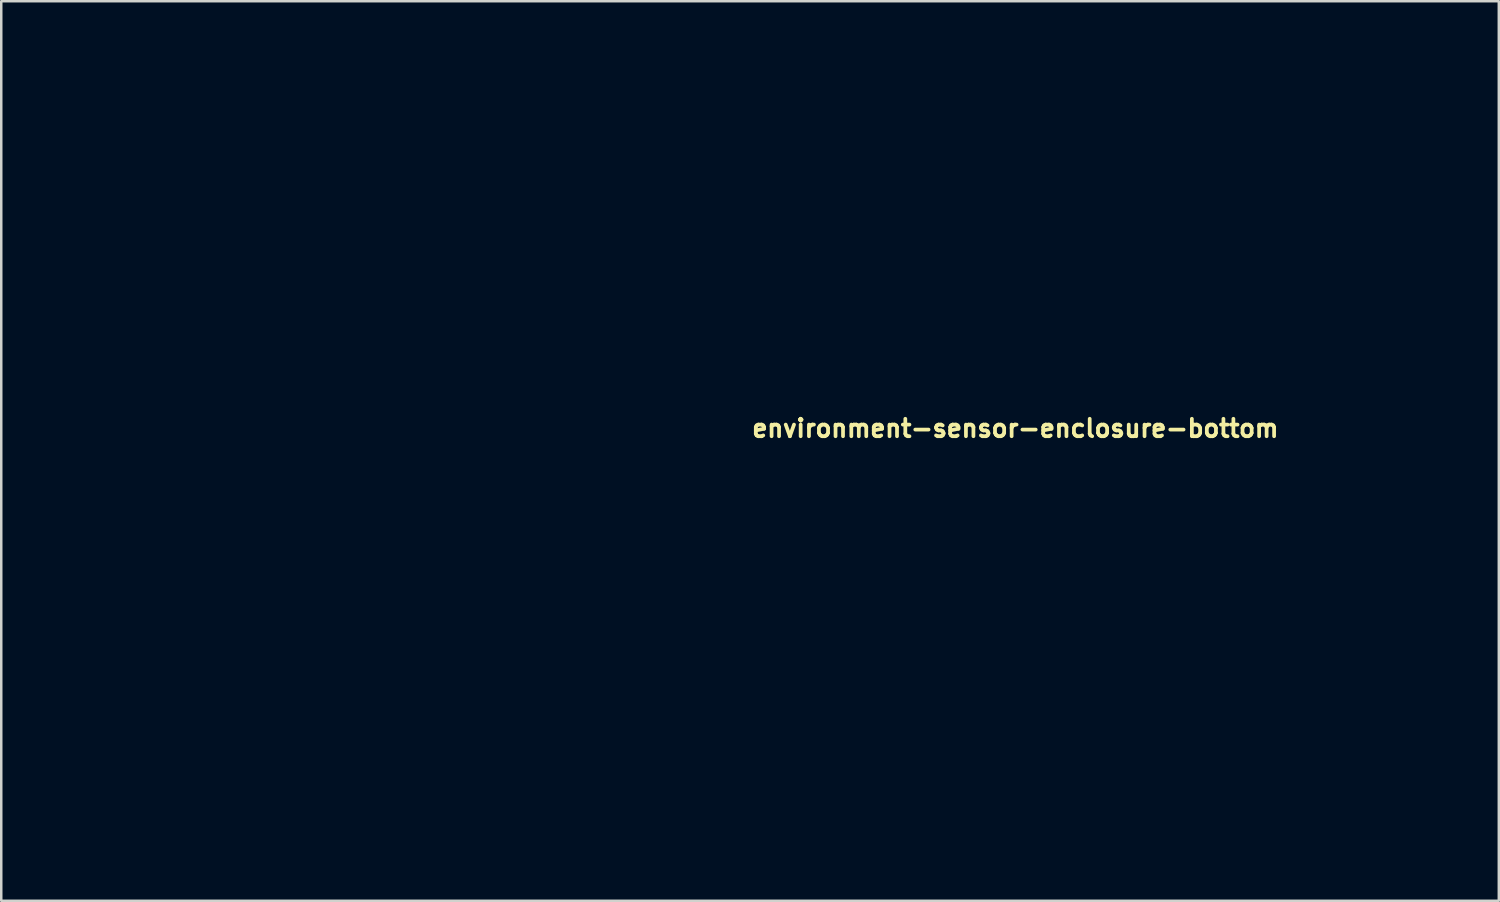
<source format=kicad_pcb>
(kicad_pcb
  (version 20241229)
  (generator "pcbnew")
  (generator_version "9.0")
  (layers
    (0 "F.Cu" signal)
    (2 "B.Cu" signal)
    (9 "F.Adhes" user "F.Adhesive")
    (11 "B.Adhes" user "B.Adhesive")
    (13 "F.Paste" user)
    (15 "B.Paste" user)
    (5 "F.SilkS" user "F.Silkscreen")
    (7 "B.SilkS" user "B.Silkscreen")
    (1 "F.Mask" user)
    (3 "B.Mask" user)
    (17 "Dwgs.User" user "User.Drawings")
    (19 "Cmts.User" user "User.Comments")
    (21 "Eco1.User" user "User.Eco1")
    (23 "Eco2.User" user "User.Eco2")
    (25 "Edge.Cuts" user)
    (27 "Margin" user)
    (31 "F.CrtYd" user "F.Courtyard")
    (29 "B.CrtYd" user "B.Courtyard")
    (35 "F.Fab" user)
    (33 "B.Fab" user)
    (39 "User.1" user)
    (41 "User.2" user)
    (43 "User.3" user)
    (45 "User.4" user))
  (footprint "environment-sensor-enclosure-bottom"
    (layer "F.Cu")
    (at 27.05 15.05)
    (property "Reference" "environment-sensor-enclosure-bottom" (at 0 -0.5 0) (unlocked yes) (layer "F.SilkS") (effects (font (size 0.7 0.7) (thickness 0.15)) (justify left bottom)))
    (attr smd)
    (fp_rect (start -27 -15) (end 27 15) (stroke (width 0.1) (type solid)) (fill no) (layer "User.5"))
    (fp_line (start -27 13) (end -27 -13) (stroke (width 0.02) (type solid)) (layer "User.9"))
    (fp_line (start -26.996 13.126) (end -27 13) (stroke (width 0.02) (type solid)) (layer "User.9"))
    (fp_line (start -26.5 -12.5) (end -26.5 12.5) (stroke (width 0.02) (type solid)) (layer "User.9"))
    (fp_line (start -26 -10) (end -25.3 -10) (stroke (width 0.02) (type solid)) (layer "User.9"))
    (fp_line (start -26 10) (end -26 -10) (stroke (width 0.02) (type solid)) (layer "User.9"))
    (fp_line (start -25.3 -13.5) (end -22 -13.5) (stroke (width 0.02) (type solid)) (layer "User.9"))
    (fp_line (start -25.3 -10) (end -25.3 -13.5) (stroke (width 0.02) (type solid)) (layer "User.9"))
    (fp_line (start -25.3 10) (end -26 10) (stroke (width 0.02) (type solid)) (layer "User.9"))
    (fp_line (start -25.3 13.5) (end -25.3 10) (stroke (width 0.02) (type solid)) (layer "User.9"))
    (fp_line (start -25 -15) (end 25 -15) (stroke (width 0.02) (type solid)) (layer "User.9"))
    (fp_line (start -24.5 14.5) (end 24.5 14.5) (stroke (width 0.02) (type solid)) (layer "User.9"))
    (fp_line (start -22 -14) (end 22 -14) (stroke (width 0.02) (type solid)) (layer "User.9"))
    (fp_line (start -22 -13.5) (end -22 -14) (stroke (width 0.02) (type solid)) (layer "User.9"))
    (fp_line (start -22 13.5) (end -25.3 13.5) (stroke (width 0.02) (type solid)) (layer "User.9"))
    (fp_line (start -22 14) (end -22 13.5) (stroke (width 0.02) (type solid)) (layer "User.9"))
    (fp_line (start 15.45 -12.3) (end 15.45 -6.15) (stroke (width 0.02) (type solid)) (layer "User.9"))
    (fp_line (start 15.95 -5.65) (end 18.45 -5.65) (stroke (width 0.02) (type solid)) (layer "User.9"))
    (fp_line (start 18.45 -12.8) (end 15.95 -12.8) (stroke (width 0.02) (type solid)) (layer "User.9"))
    (fp_line (start 18.95 -6.15) (end 18.95 -12.3) (stroke (width 0.02) (type solid)) (layer "User.9"))
    (fp_line (start 22 -14) (end 22 -13.5) (stroke (width 0.02) (type solid)) (layer "User.9"))
    (fp_line (start 22 -13.5) (end 25.3 -13.5) (stroke (width 0.02) (type solid)) (layer "User.9"))
    (fp_line (start 22 13.5) (end 22 14) (stroke (width 0.02) (type solid)) (layer "User.9"))
    (fp_line (start 22 14) (end -22 14) (stroke (width 0.02) (type solid)) (layer "User.9"))
    (fp_line (start 24.5 -14.5) (end -24.5 -14.5) (stroke (width 0.02) (type solid)) (layer "User.9"))
    (fp_line (start 25 15) (end -25.063 14.998) (stroke (width 0.02) (type solid)) (layer "User.9"))
    (fp_line (start 25.3 -13.5) (end 25.3 -10) (stroke (width 0.02) (type solid)) (layer "User.9"))
    (fp_line (start 25.3 -10) (end 26 -10) (stroke (width 0.02) (type solid)) (layer "User.9"))
    (fp_line (start 25.3 10) (end 25.3 13.5) (stroke (width 0.02) (type solid)) (layer "User.9"))
    (fp_line (start 25.3 13.5) (end 22 13.5) (stroke (width 0.02) (type solid)) (layer "User.9"))
    (fp_line (start 26 -10) (end 26 10) (stroke (width 0.02) (type solid)) (layer "User.9"))
    (fp_line (start 26 10) (end 25.3 10) (stroke (width 0.02) (type solid)) (layer "User.9"))
    (fp_line (start 26.5 12.5) (end 26.5 -12.5) (stroke (width 0.02) (type solid)) (layer "User.9"))
    (fp_line (start 27 -13) (end 27 13) (stroke (width 0.02) (type solid)) (layer "User.9"))
    (fp_arc (start -27 -13) (mid -26.414214 -14.414214) (end -25 -15) (stroke (width 0.02) (type default)) (layer "User.9"))
    (fp_arc (start -26.5 -12.5) (mid -25.914214 -13.914214) (end -24.5 -14.5) (stroke (width 0.02) (type default)) (layer "User.9"))
    (fp_arc (start -25.063 14.998) (mid -26.431252 14.431252) (end -26.998 13.063) (stroke (width 0.02) (type default)) (layer "User.9"))
    (fp_arc (start -24.5 14.5) (mid -25.914214 13.914214) (end -26.5 12.5) (stroke (width 0.02) (type default)) (layer "User.9"))
    (fp_arc (start 15.45 -12.3) (mid 15.596447 -12.653553) (end 15.95 -12.8) (stroke (width 0.02) (type default)) (layer "User.9"))
    (fp_arc (start 15.95 -5.65) (mid 15.596447 -5.796447) (end 15.45 -6.15) (stroke (width 0.02) (type default)) (layer "User.9"))
    (fp_arc (start 18.45 -12.8) (mid 18.803553 -12.653553) (end 18.95 -12.3) (stroke (width 0.02) (type default)) (layer "User.9"))
    (fp_arc (start 18.95 -6.15) (mid 18.803553 -5.796447) (end 18.45 -5.65) (stroke (width 0.02) (type default)) (layer "User.9"))
    (fp_arc (start 24.5 -14.5) (mid 25.914214 -13.914214) (end 26.5 -12.5) (stroke (width 0.02) (type default)) (layer "User.9"))
    (fp_arc (start 25 -15) (mid 26.414214 -14.414214) (end 27 -13) (stroke (width 0.02) (type default)) (layer "User.9"))
    (fp_arc (start 26.5 12.5) (mid 25.914214 13.914214) (end 24.5 14.5) (stroke (width 0.02) (type default)) (layer "User.9"))
    (fp_arc (start 27 13) (mid 26.414214 14.414214) (end 25 15) (stroke (width 0.02) (type default)) (layer "User.9"))
    (fp_circle (center -21.45 -9.7) (end -21.404 -10.748) (stroke (width 0.02) (type default)) (fill no) (layer "User.9"))
    (fp_circle (center -21.45 -9.7) (end -19.14 -10.657) (stroke (width 0.02) (type default)) (fill no) (layer "User.9"))
    (fp_circle (center -21.3 9.55) (end -21.254 8.502) (stroke (width 0.02) (type default)) (fill no) (layer "User.9"))
    (fp_circle (center -21.3 9.55) (end -20.881 7.085) (stroke (width 0.02) (type default)) (fill no) (layer "User.9"))
    (fp_circle (center 21.4 9.65) (end 21.19 7.16) (stroke (width 0.02) (type default)) (fill no) (layer "User.9"))
    (fp_circle (center 21.4 9.65) (end 21.354 8.602) (stroke (width 0.02) (type default)) (fill no) (layer "User.9")))
  (gr_rect
    (start -3 -3)
    (end 57.1 33.1)
    (stroke (width 0.1) (type default))
    (fill no)
    (layer "Edge.Cuts")))
</source>
